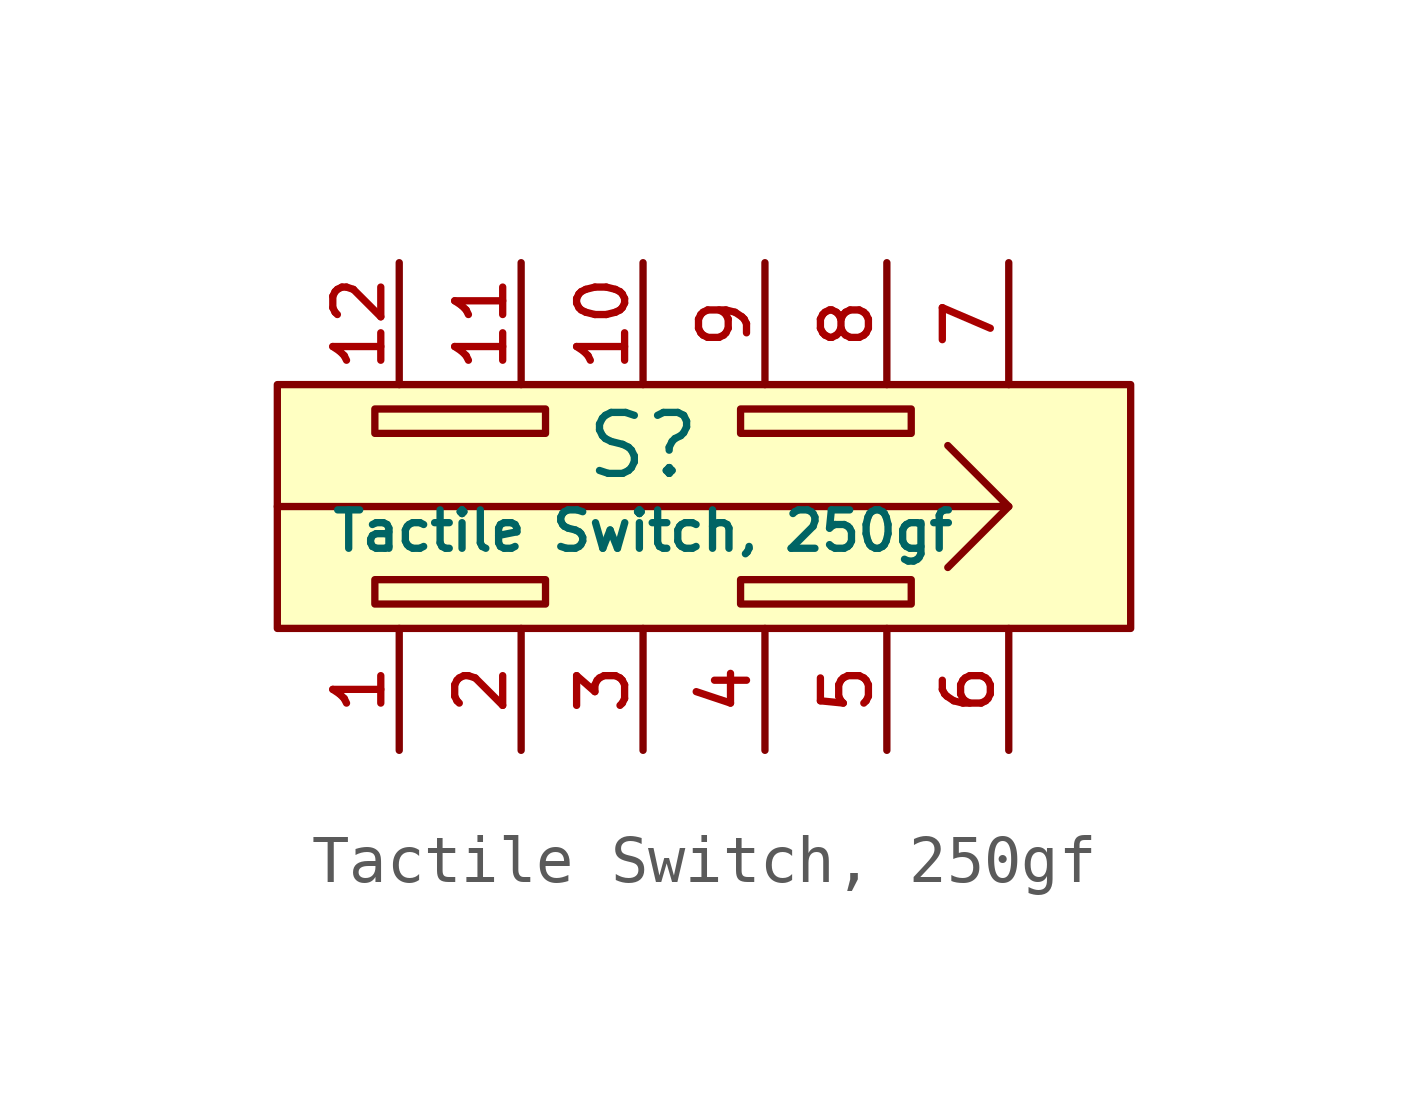
<source format=kicad_sym>
(kicad_symbol_lib
  (version 20231120)
  (generator "CDFER_Archive_Tool")
  (generator_version "0.0")
  (symbol "Tactile Switch, 250gf"
    (pin_names hide)
    (property "Reference" "S"
      (at 0 1.27 0)
      (effects (font (size 1.27 1.27))))
    (property "Value" "Tactile Switch, 250gf"
      (at 0 -0.508 0)
      (effects (font (size 0.8 0.8))))
    (symbol "Tactile Switch, 250gf_0_1"
      (rectangle (start -5.588 -1.524) (end -2.032 -2.032) (stroke (width 0) (type default)) (fill (type background)))
      (rectangle (start -5.588 2.032) (end -2.032 1.524) (stroke (width 0) (type default)) (fill (type background)))
      (polyline (pts (xy 7.62 0) (xy 6.35 -1.27)) (stroke (width 0) (type default)) (fill (type none)))
      (polyline (pts (xy -7.62 0) (xy 7.62 0) (xy 6.35 1.27)) (stroke (width 0) (type default)) (fill (type none)))
      (rectangle (start 2.032 -1.524) (end 5.588 -2.032) (stroke (width 0) (type default)) (fill (type background)))
      (rectangle (start 2.032 2.032) (end 5.588 1.524) (stroke (width 0) (type default)) (fill (type background)))
      (pin unspecified line (at -5.08 -5.08 90) (length 2.54) (name "1" (effects (font (size 1 1)))) (number "1" (effects (font (size 1 1)))))
      (pin unspecified line (at 0 5.08 270) (length 2.54) (name "10" (effects (font (size 1 1)))) (number "10" (effects (font (size 1 1)))))
      (pin unspecified line (at -2.54 5.08 270) (length 2.54) (name "11" (effects (font (size 1 1)))) (number "11" (effects (font (size 1 1)))))
      (pin unspecified line (at -5.08 5.08 270) (length 2.54) (name "12" (effects (font (size 1 1)))) (number "12" (effects (font (size 1 1)))))
      (pin unspecified line (at -2.54 -5.08 90) (length 2.54) (name "2" (effects (font (size 1 1)))) (number "2" (effects (font (size 1 1)))))
      (pin unspecified line (at 0 -5.08 90) (length 2.54) (name "3" (effects (font (size 1 1)))) (number "3" (effects (font (size 1 1)))))
      (pin unspecified line (at 2.54 -5.08 90) (length 2.54) (name "4" (effects (font (size 1 1)))) (number "4" (effects (font (size 1 1)))))
      (pin unspecified line (at 5.08 -5.08 90) (length 2.54) (name "5" (effects (font (size 1 1)))) (number "5" (effects (font (size 1 1)))))
      (pin unspecified line (at 7.62 -5.08 90) (length 2.54) (name "6" (effects (font (size 1 1)))) (number "6" (effects (font (size 1 1)))))
      (pin unspecified line (at 7.62 5.08 270) (length 2.54) (name "7" (effects (font (size 1 1)))) (number "7" (effects (font (size 1 1)))))
      (pin unspecified line (at 5.08 5.08 270) (length 2.54) (name "8" (effects (font (size 1 1)))) (number "8" (effects (font (size 1 1)))))
      (pin unspecified line (at 2.54 5.08 270) (length 2.54) (name "9" (effects (font (size 1 1)))) (number "9" (effects (font (size 1 1))))))
    (symbol "Tactile Switch, 250gf_1_1"
      (rectangle (start -7.62 2.54) (end 10.16 -2.54) (stroke (width 0) (type default)) (fill (type background))))))
</source>
